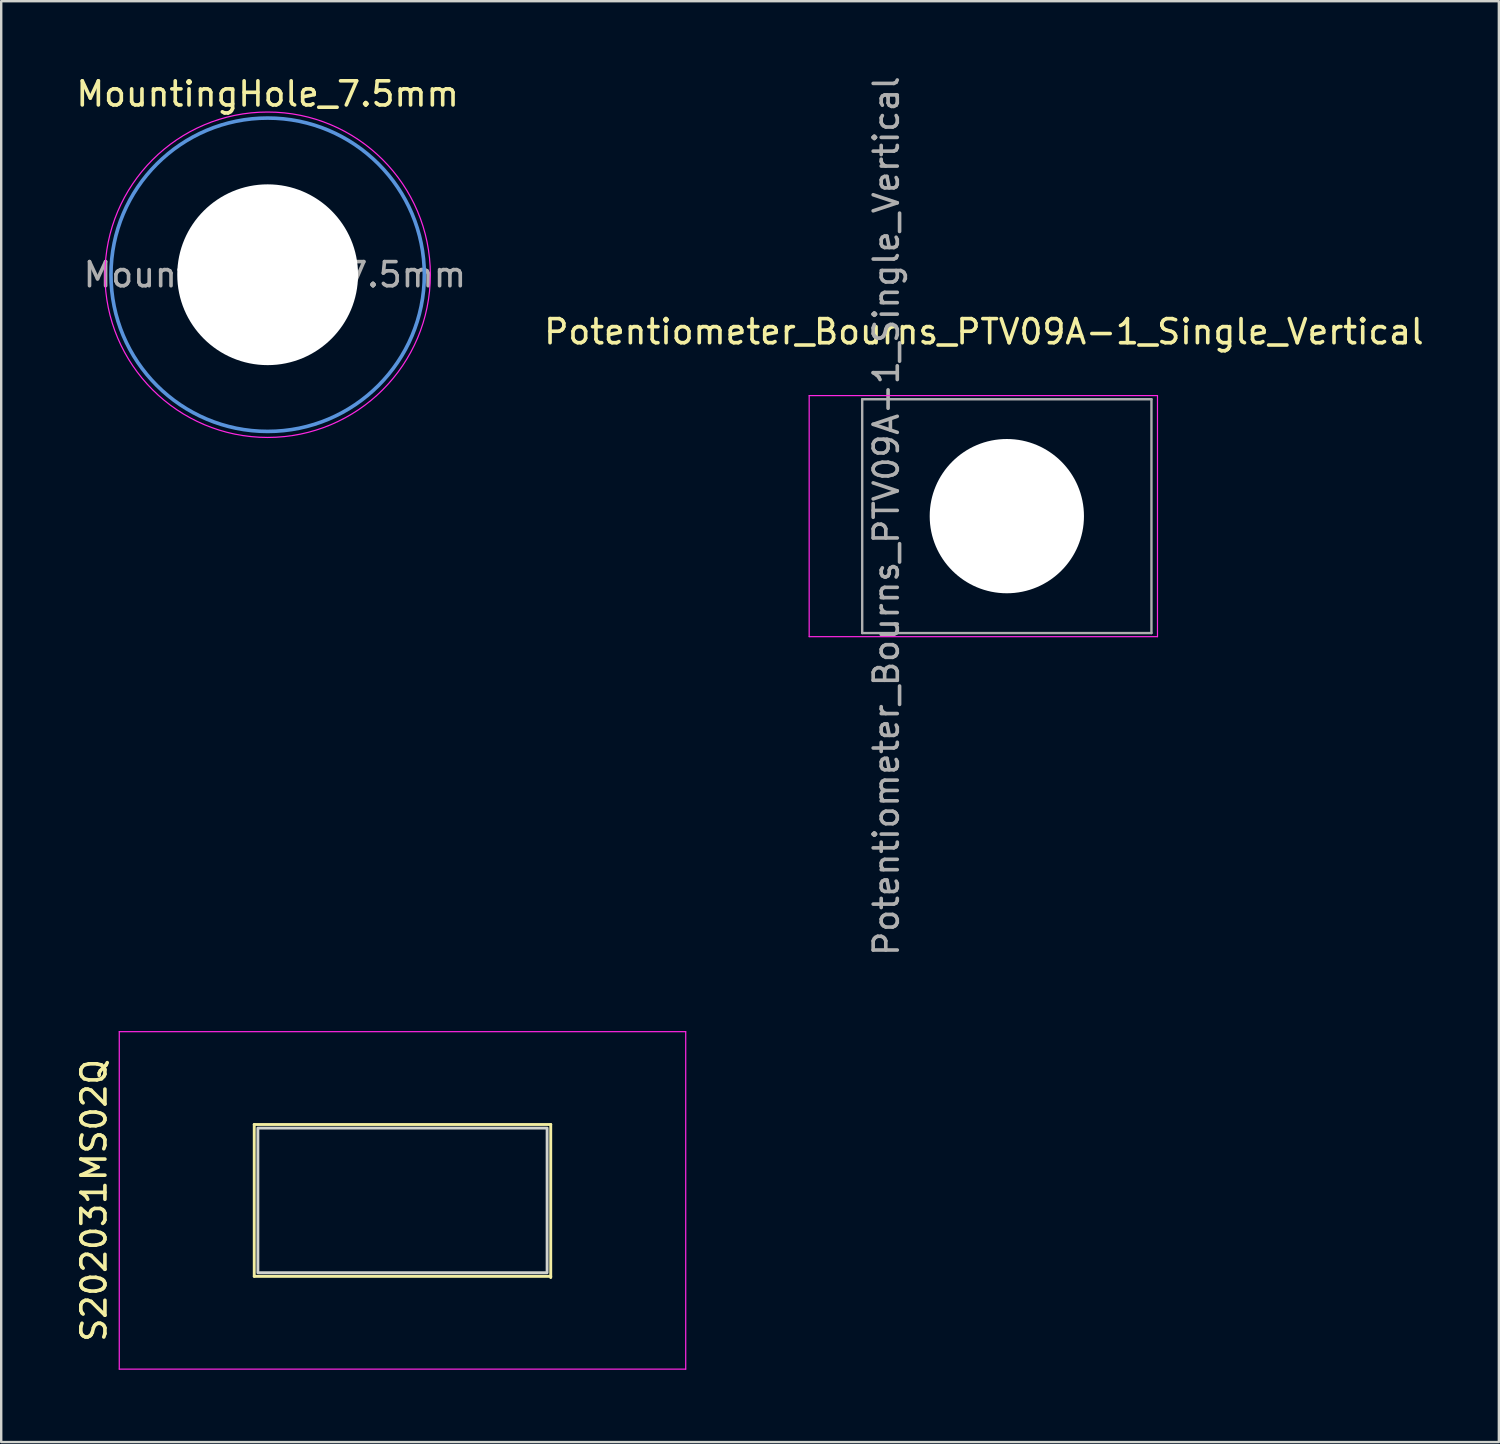
<source format=kicad_pcb>
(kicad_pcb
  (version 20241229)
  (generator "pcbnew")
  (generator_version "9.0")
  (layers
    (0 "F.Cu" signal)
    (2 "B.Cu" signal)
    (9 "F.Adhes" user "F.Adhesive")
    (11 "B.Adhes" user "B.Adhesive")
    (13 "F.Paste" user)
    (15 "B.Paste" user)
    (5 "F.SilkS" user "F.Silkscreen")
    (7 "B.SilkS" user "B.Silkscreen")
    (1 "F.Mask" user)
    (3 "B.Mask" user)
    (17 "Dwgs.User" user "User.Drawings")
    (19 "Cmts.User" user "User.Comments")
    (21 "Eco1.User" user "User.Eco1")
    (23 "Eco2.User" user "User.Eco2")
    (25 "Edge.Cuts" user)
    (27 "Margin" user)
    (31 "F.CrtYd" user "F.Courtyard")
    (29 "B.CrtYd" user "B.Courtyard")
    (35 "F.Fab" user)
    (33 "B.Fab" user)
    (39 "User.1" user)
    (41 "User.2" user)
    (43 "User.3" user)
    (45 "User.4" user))
  (footprint "S202031MS02Q"
    (layer "F.Cu")
    (at 13.648 46.751)
    (property "Reference" "S202031MS02Q" (at -12.8 0 90) (layer "F.SilkS") (effects (font (size 1 1) (thickness 0.15))))
    (attr through_hole)
    (fp_line (start -6.15 -3.15) (end -6.15 3.15) (stroke (width 0.12) (type solid)) (layer "F.SilkS"))
    (fp_line (start -6.15 -3.15) (end 6.15 -3.15) (stroke (width 0.12) (type solid)) (layer "F.SilkS"))
    (fp_line (start -6.15 3.15) (end 6.15 3.15) (stroke (width 0.12) (type solid)) (layer "F.SilkS"))
    (fp_line (start 6.15 -3.15) (end 6.15 3.2) (stroke (width 0.12) (type solid)) (layer "F.SilkS"))
    (fp_rect (start -6 -3) (end 6 3) (stroke (width 0.12) (type solid)) (fill no) (layer "Edge.Cuts"))
    (fp_line (start -11.75 -7) (end -11.75 7) (stroke (width 0.05) (type solid)) (layer "F.CrtYd"))
    (fp_line (start -11.75 -7) (end 11.75 -7) (stroke (width 0.05) (type solid)) (layer "F.CrtYd"))
    (fp_line (start -11.75 7) (end 11.75 7) (stroke (width 0.05) (type solid)) (layer "F.CrtYd"))
    (fp_line (start 11.75 7) (end 11.75 -7) (stroke (width 0.05) (type solid)) (layer "F.CrtYd")))
  (footprint "Potentiometer_Bourns_PTV09A-1_Single_Vertical"
    (layer "F.Cu")
    (at 31.72 20.863)
    (property "Reference" "Potentiometer_Bourns_PTV09A-1_Single_Vertical" (at 6.05 -10.15 0) (layer "F.SilkS") (effects (font (size 1 1) (thickness 0.15))))
    (attr through_hole)
    (fp_line (start -1.2 -7.5) (end -1.2 2.5) (stroke (width 0.05) (type solid)) (layer "F.CrtYd"))
    (fp_line (start -1.2 2.5) (end 13.25 2.5) (stroke (width 0.05) (type solid)) (layer "F.CrtYd"))
    (fp_line (start 13.25 -7.5) (end -1.2 -7.5) (stroke (width 0.05) (type solid)) (layer "F.CrtYd"))
    (fp_line (start 13.25 2.5) (end 13.25 -7.5) (stroke (width 0.05) (type solid)) (layer "F.CrtYd"))
    (fp_line (start 1 -7.35) (end 1 2.35) (stroke (width 0.1) (type solid)) (layer "F.Fab"))
    (fp_line (start 1 2.35) (end 13 2.35) (stroke (width 0.1) (type solid)) (layer "F.Fab"))
    (fp_line (start 13 -7.35) (end 1 -7.35) (stroke (width 0.1) (type solid)) (layer "F.Fab"))
    (fp_line (start 13 2.35) (end 13 -7.35) (stroke (width 0.1) (type solid)) (layer "F.Fab"))
    (fp_circle (center 7 -2.5) (end 10 -2.5) (stroke (width 0.1) (type solid)) (fill no) (layer "F.Fab"))
    (fp_text user "${REFERENCE}" (at 2 -2.5 90) (layer "F.Fab") (effects (font (size 1 1) (thickness 0.15))))
    (pad "" np_thru_hole circle (at 7 -2.5) (size 6.4 6.4) (drill 6.4) (layers "*.Cu" "*.Mask")))
  (footprint "MountingHole_7.5mm"
    (layer "F.Cu")
    (at 8.054 8.348)
    (property "Reference" "MountingHole_7.5mm" (at 0 -7.5 0) (layer "F.SilkS") (effects (font (size 1 1) (thickness 0.15))))
    (attr exclude_from_pos_files exclude_from_bom)
    (fp_circle (center 0 0) (end 6.5 0) (stroke (width 0.15) (type solid)) (fill no) (layer "Cmts.User"))
    (fp_circle (center 0 0) (end 6.75 0) (stroke (width 0.05) (type solid)) (fill no) (layer "F.CrtYd"))
    (fp_text user "${REFERENCE}" (at 0.3 0 0) (layer "F.Fab") (effects (font (size 1 1) (thickness 0.15))))
    (pad "" np_thru_hole circle (at 0 0) (size 7.5 7.5) (drill 7.5) (layers "*.Cu" "*.Mask")))
  (gr_rect
    (start -3 -3)
    (end 59.133 56.776)
    (stroke (width 0.1) (type default))
    (fill no)
    (layer "Edge.Cuts")))
</source>
